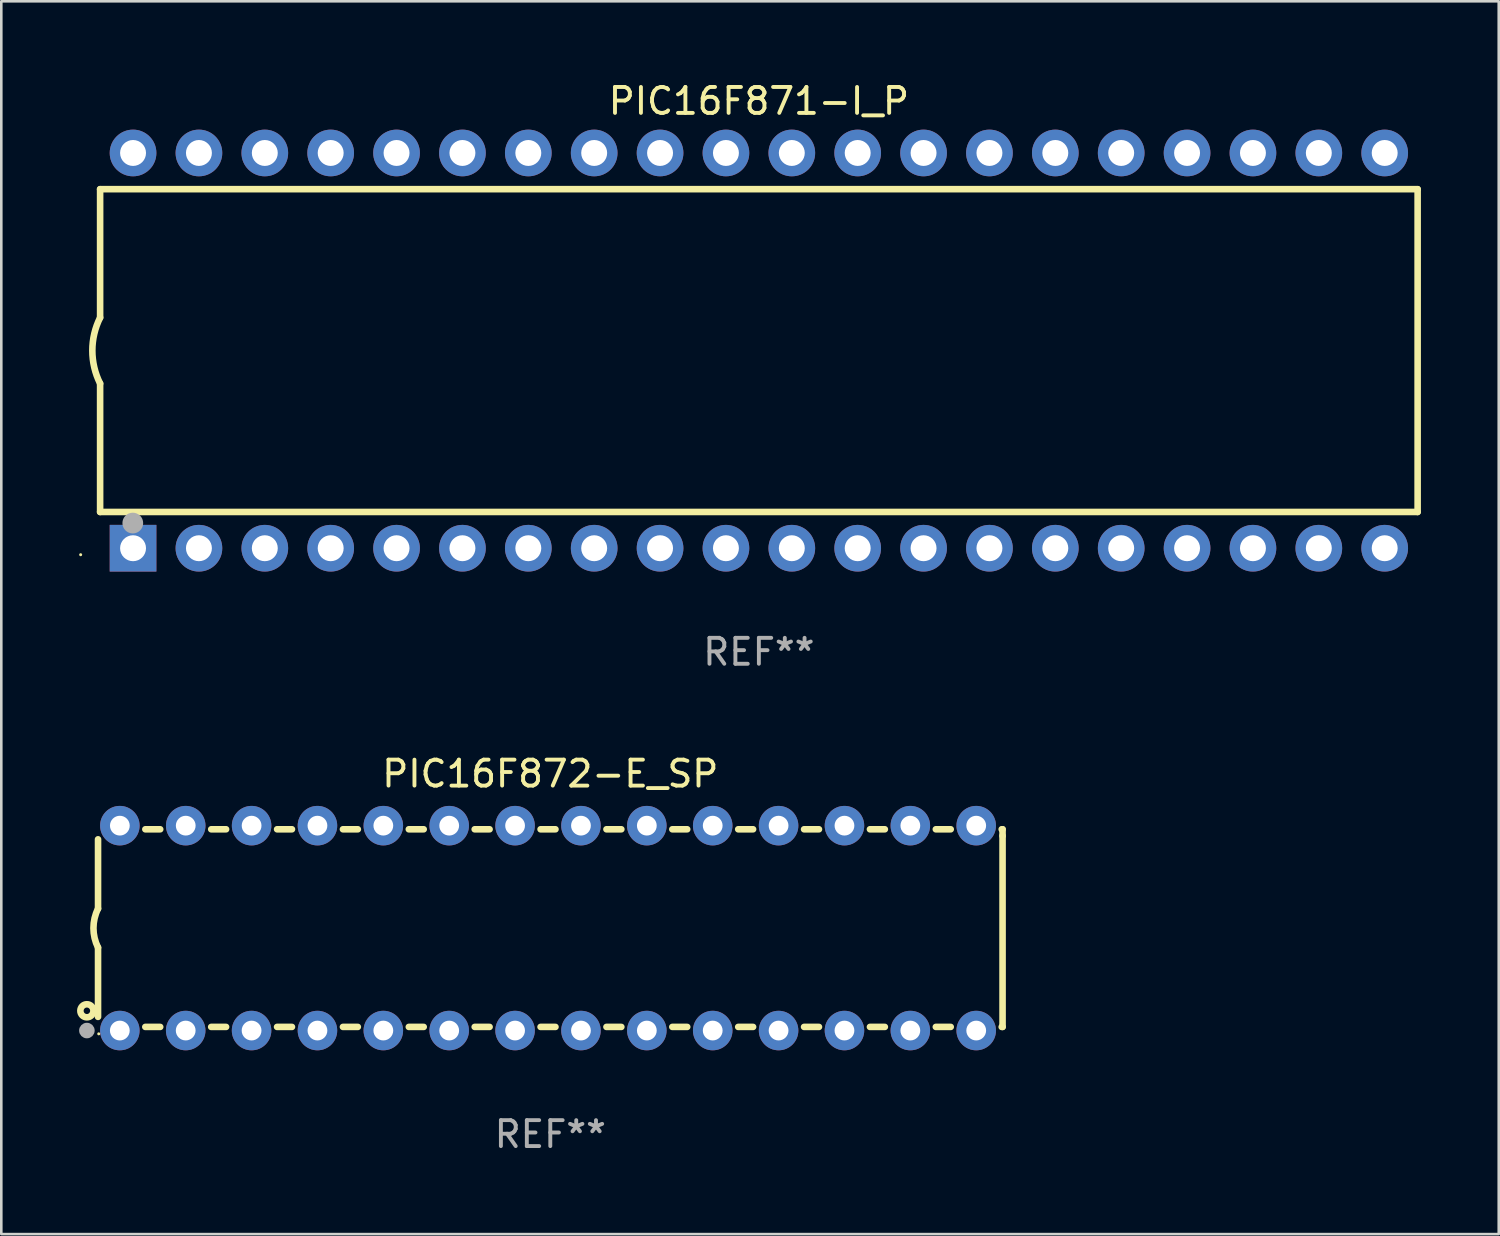
<source format=kicad_pcb>
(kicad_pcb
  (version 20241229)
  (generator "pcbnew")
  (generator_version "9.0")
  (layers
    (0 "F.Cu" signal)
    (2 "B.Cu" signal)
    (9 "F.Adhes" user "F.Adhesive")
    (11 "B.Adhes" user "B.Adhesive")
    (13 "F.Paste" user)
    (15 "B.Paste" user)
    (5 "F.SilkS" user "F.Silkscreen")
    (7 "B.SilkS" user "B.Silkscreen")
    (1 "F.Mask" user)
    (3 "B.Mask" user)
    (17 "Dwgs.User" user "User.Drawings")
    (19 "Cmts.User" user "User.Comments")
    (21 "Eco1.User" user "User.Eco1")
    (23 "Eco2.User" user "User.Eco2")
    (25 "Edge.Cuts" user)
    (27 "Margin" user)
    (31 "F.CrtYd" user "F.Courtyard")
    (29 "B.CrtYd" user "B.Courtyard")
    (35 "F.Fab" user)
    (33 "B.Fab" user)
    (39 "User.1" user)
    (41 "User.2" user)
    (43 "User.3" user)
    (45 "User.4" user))
  (footprint "PIC16F872-E_SP"
    (layer "F.Cu")
    (at 18.168 32.735)
    (property "Reference" "PIC16F872-E_SP" (at 0 -5.95 0) (layer "F.SilkS") (effects (font (size 1 1) (thickness 0.15))))
    (attr through_hole)
    (fp_line (start -17.438 0.75) (end -17.438 3.423) (stroke (width 0.254) (type solid)) (layer "F.SilkS"))
    (fp_line (start -17.438 -3.423) (end -17.438 -0.75) (stroke (width 0.254) (type solid)) (layer "F.SilkS"))
    (fp_line (start -15.615 3.81) (end -15.041 3.81) (stroke (width 0.254) (type solid)) (layer "F.SilkS"))
    (fp_line (start -15.041 -3.81) (end -15.614 -3.81) (stroke (width 0.254) (type solid)) (layer "F.SilkS"))
    (fp_line (start -13.075 3.81) (end -12.501 3.81) (stroke (width 0.254) (type solid)) (layer "F.SilkS"))
    (fp_line (start -12.501 -3.81) (end -13.074 -3.81) (stroke (width 0.254) (type solid)) (layer "F.SilkS"))
    (fp_line (start -10.535 3.81) (end -9.961 3.81) (stroke (width 0.254) (type solid)) (layer "F.SilkS"))
    (fp_line (start -9.961 -3.81) (end -10.534 -3.81) (stroke (width 0.254) (type solid)) (layer "F.SilkS"))
    (fp_line (start -7.995 3.81) (end -7.421 3.81) (stroke (width 0.254) (type solid)) (layer "F.SilkS"))
    (fp_line (start -7.421 -3.81) (end -7.995 -3.81) (stroke (width 0.254) (type solid)) (layer "F.SilkS"))
    (fp_line (start -5.455 3.81) (end -4.881 3.81) (stroke (width 0.254) (type solid)) (layer "F.SilkS"))
    (fp_line (start -4.881 -3.81) (end -5.455 -3.81) (stroke (width 0.254) (type solid)) (layer "F.SilkS"))
    (fp_line (start -2.915 3.81) (end -2.341 3.81) (stroke (width 0.254) (type solid)) (layer "F.SilkS"))
    (fp_line (start -2.341 -3.81) (end -2.915 -3.81) (stroke (width 0.254) (type solid)) (layer "F.SilkS"))
    (fp_line (start -0.375 3.81) (end 0.199 3.81) (stroke (width 0.254) (type solid)) (layer "F.SilkS"))
    (fp_line (start 0.199 -3.81) (end -0.375 -3.81) (stroke (width 0.254) (type solid)) (layer "F.SilkS"))
    (fp_line (start 2.165 3.81) (end 2.739 3.81) (stroke (width 0.254) (type solid)) (layer "F.SilkS"))
    (fp_line (start 2.739 -3.81) (end 2.165 -3.81) (stroke (width 0.254) (type solid)) (layer "F.SilkS"))
    (fp_line (start 4.705 3.81) (end 5.279 3.81) (stroke (width 0.254) (type solid)) (layer "F.SilkS"))
    (fp_line (start 5.279 -3.81) (end 4.705 -3.81) (stroke (width 0.254) (type solid)) (layer "F.SilkS"))
    (fp_line (start 7.245 3.81) (end 7.819 3.81) (stroke (width 0.254) (type solid)) (layer "F.SilkS"))
    (fp_line (start 7.819 -3.81) (end 7.245 -3.81) (stroke (width 0.254) (type solid)) (layer "F.SilkS"))
    (fp_line (start 9.785 3.81) (end 10.359 3.81) (stroke (width 0.254) (type solid)) (layer "F.SilkS"))
    (fp_line (start 10.359 -3.81) (end 9.785 -3.81) (stroke (width 0.254) (type solid)) (layer "F.SilkS"))
    (fp_line (start 12.325 3.81) (end 12.899 3.81) (stroke (width 0.254) (type solid)) (layer "F.SilkS"))
    (fp_line (start 12.899 -3.81) (end 12.325 -3.81) (stroke (width 0.254) (type solid)) (layer "F.SilkS"))
    (fp_line (start 14.865 3.81) (end 15.439 3.81) (stroke (width 0.254) (type solid)) (layer "F.SilkS"))
    (fp_line (start 15.439 -3.81) (end 14.865 -3.81) (stroke (width 0.254) (type solid)) (layer "F.SilkS"))
    (fp_line (start 17.405 3.81) (end 17.438 3.81) (stroke (width 0.254) (type solid)) (layer "F.SilkS"))
    (fp_line (start 17.438 -3.81) (end 17.405 -3.81) (stroke (width 0.254) (type solid)) (layer "F.SilkS"))
    (fp_line (start 17.438 -3.556) (end 17.438 -3.81) (stroke (width 0.254) (type solid)) (layer "F.SilkS"))
    (fp_line (start 17.438 3.81) (end 17.438 -3.556) (stroke (width 0.254) (type solid)) (layer "F.SilkS"))
    (fp_arc (start -17.437986 0.749657) (mid -17.614887 -0.000024) (end -17.437783 -0.749657) (stroke (width 0.254001) (type solid)) (layer "F.SilkS"))
    (fp_circle (center -17.868 3.188) (end -17.743 3.188) (stroke (width 0.254) (type solid)) (fill no) (layer "F.SilkS"))
    (fp_circle (center -17.411 4.077) (end -17.381 4.077) (stroke (width 0.06) (type solid)) (fill no) (layer "F.SilkS"))
    (fp_circle (center -17.868 3.95) (end -17.718 3.95) (stroke (width 0.3) (type solid)) (fill no) (layer "F.Fab"))
    (fp_text user "REF**" (at 0 7.95 0) (layer "F.Fab") (effects (font (size 1 1) (thickness 0.15))))
    (pad "1" thru_hole circle (at -16.598 3.95) (size 1.524 1.524) (drill 0.762) (layers "*.Cu" "*.Mask"))
    (pad "2" thru_hole circle (at -14.058 3.95) (size 1.524 1.524) (drill 0.762) (layers "*.Cu" "*.Mask"))
    (pad "3" thru_hole circle (at -11.518 3.95) (size 1.524 1.524) (drill 0.762) (layers "*.Cu" "*.Mask"))
    (pad "4" thru_hole circle (at -8.978 3.95) (size 1.524 1.524) (drill 0.762) (layers "*.Cu" "*.Mask"))
    (pad "5" thru_hole circle (at -6.438 3.95) (size 1.524 1.524) (drill 0.762) (layers "*.Cu" "*.Mask"))
    (pad "6" thru_hole circle (at -3.898 3.95) (size 1.524 1.524) (drill 0.762) (layers "*.Cu" "*.Mask"))
    (pad "7" thru_hole circle (at -1.358 3.95) (size 1.524 1.524) (drill 0.762) (layers "*.Cu" "*.Mask"))
    (pad "8" thru_hole circle (at 1.182 3.95) (size 1.524 1.524) (drill 0.762) (layers "*.Cu" "*.Mask"))
    (pad "9" thru_hole circle (at 3.722 3.95) (size 1.524 1.524) (drill 0.762) (layers "*.Cu" "*.Mask"))
    (pad "10" thru_hole circle (at 6.262 3.95) (size 1.524 1.524) (drill 0.762) (layers "*.Cu" "*.Mask"))
    (pad "11" thru_hole circle (at 8.802 3.95) (size 1.524 1.524) (drill 0.762) (layers "*.Cu" "*.Mask"))
    (pad "12" thru_hole circle (at 11.342 3.95) (size 1.524 1.524) (drill 0.762) (layers "*.Cu" "*.Mask"))
    (pad "13" thru_hole circle (at 13.882 3.95) (size 1.524 1.524) (drill 0.762) (layers "*.Cu" "*.Mask"))
    (pad "14" thru_hole circle (at 16.422 3.95) (size 1.524 1.524) (drill 0.762) (layers "*.Cu" "*.Mask"))
    (pad "15" thru_hole circle (at 16.422 -3.95) (size 1.524 1.524) (drill 0.762) (layers "*.Cu" "*.Mask"))
    (pad "16" thru_hole circle (at 13.882 -3.95) (size 1.524 1.524) (drill 0.762) (layers "*.Cu" "*.Mask"))
    (pad "17" thru_hole circle (at 11.342 -3.95) (size 1.524 1.524) (drill 0.762) (layers "*.Cu" "*.Mask"))
    (pad "18" thru_hole circle (at 8.802 -3.95) (size 1.524 1.524) (drill 0.762) (layers "*.Cu" "*.Mask"))
    (pad "19" thru_hole circle (at 6.262 -3.95) (size 1.524 1.524) (drill 0.762) (layers "*.Cu" "*.Mask"))
    (pad "20" thru_hole circle (at 3.722 -3.95) (size 1.524 1.524) (drill 0.762) (layers "*.Cu" "*.Mask"))
    (pad "21" thru_hole circle (at 1.182 -3.95) (size 1.524 1.524) (drill 0.762) (layers "*.Cu" "*.Mask"))
    (pad "22" thru_hole circle (at -1.358 -3.95) (size 1.524 1.524) (drill 0.762) (layers "*.Cu" "*.Mask"))
    (pad "23" thru_hole circle (at -3.898 -3.95) (size 1.524 1.524) (drill 0.762) (layers "*.Cu" "*.Mask"))
    (pad "24" thru_hole circle (at -6.438 -3.95) (size 1.524 1.524) (drill 0.762) (layers "*.Cu" "*.Mask"))
    (pad "25" thru_hole circle (at -8.978 -3.95) (size 1.524 1.524) (drill 0.762) (layers "*.Cu" "*.Mask"))
    (pad "26" thru_hole circle (at -11.517 -3.95) (size 1.524 1.524) (drill 0.762) (layers "*.Cu" "*.Mask"))
    (pad "27" thru_hole circle (at -14.057 -3.95) (size 1.524 1.524) (drill 0.762) (layers "*.Cu" "*.Mask"))
    (pad "28" thru_hole circle (at -16.597 -3.95) (size 1.524 1.524) (drill 0.762) (layers "*.Cu" "*.Mask")))
  (footprint "PIC16F871-I_P"
    (layer "F.Cu")
    (at 26.21 10.468)
    (property "Reference" "PIC16F871-I_P" (at 0 -9.62 0) (layer "F.SilkS") (effects (font (size 1 1) (thickness 0.15))))
    (attr through_hole)
    (fp_line (start -25.4 -6.224) (end -25.4 -1.271) (stroke (width 0.254) (type solid)) (layer "F.SilkS"))
    (fp_line (start -25.4 -6.224) (end 25.4 -6.224) (stroke (width 0.254) (type solid)) (layer "F.SilkS"))
    (fp_line (start -25.4 1.269) (end -25.4 6.222) (stroke (width 0.254) (type solid)) (layer "F.SilkS"))
    (fp_line (start -25.4 6.222) (end 25.4 6.222) (stroke (width 0.254) (type solid)) (layer "F.SilkS"))
    (fp_line (start 25.4 6.222) (end 25.4 -6.224) (stroke (width 0.254) (type solid)) (layer "F.SilkS"))
    (fp_arc (start -25.4 1.269241) (mid -25.699807 -0.000762) (end -25.4 -1.270765) (stroke (width 0.254001) (type solid)) (layer "F.SilkS"))
    (fp_circle (center -26.15 7.87) (end -26.12 7.87) (stroke (width 0.06) (type solid)) (fill no) (layer "F.SilkS"))
    (fp_circle (center -24.14 6.65) (end -23.94 6.65) (stroke (width 0.4) (type solid)) (fill no) (layer "F.Fab"))
    (fp_text user "REF**" (at 0 11.62 0) (layer "F.Fab") (effects (font (size 1 1) (thickness 0.15))))
    (pad "1" thru_hole rect (at -24.13 7.62 90) (size 1.8 1.8) (drill 1) (layers "*.Cu" "*.Mask"))
    (pad "2" thru_hole circle (at -21.59 7.62) (size 1.8 1.8) (drill 1) (layers "*.Cu" "*.Mask"))
    (pad "3" thru_hole circle (at -19.05 7.62) (size 1.8 1.8) (drill 1) (layers "*.Cu" "*.Mask"))
    (pad "4" thru_hole circle (at -16.51 7.62) (size 1.8 1.8) (drill 1) (layers "*.Cu" "*.Mask"))
    (pad "5" thru_hole circle (at -13.97 7.62) (size 1.8 1.8) (drill 1) (layers "*.Cu" "*.Mask"))
    (pad "6" thru_hole circle (at -11.43 7.62) (size 1.8 1.8) (drill 1) (layers "*.Cu" "*.Mask"))
    (pad "7" thru_hole circle (at -8.89 7.62) (size 1.8 1.8) (drill 1) (layers "*.Cu" "*.Mask"))
    (pad "8" thru_hole circle (at -6.35 7.62) (size 1.8 1.8) (drill 1) (layers "*.Cu" "*.Mask"))
    (pad "9" thru_hole circle (at -3.81 7.62) (size 1.8 1.8) (drill 1) (layers "*.Cu" "*.Mask"))
    (pad "10" thru_hole circle (at -1.27 7.62) (size 1.8 1.8) (drill 1) (layers "*.Cu" "*.Mask"))
    (pad "11" thru_hole circle (at 1.27 7.62) (size 1.8 1.8) (drill 1) (layers "*.Cu" "*.Mask"))
    (pad "12" thru_hole circle (at 3.81 7.62) (size 1.8 1.8) (drill 1) (layers "*.Cu" "*.Mask"))
    (pad "13" thru_hole circle (at 6.35 7.62) (size 1.8 1.8) (drill 1) (layers "*.Cu" "*.Mask"))
    (pad "14" thru_hole circle (at 8.89 7.62) (size 1.8 1.8) (drill 1) (layers "*.Cu" "*.Mask"))
    (pad "15" thru_hole circle (at 11.43 7.62) (size 1.8 1.8) (drill 1) (layers "*.Cu" "*.Mask"))
    (pad "16" thru_hole circle (at 13.97 7.62) (size 1.8 1.8) (drill 1) (layers "*.Cu" "*.Mask"))
    (pad "17" thru_hole circle (at 16.51 7.62) (size 1.8 1.8) (drill 1) (layers "*.Cu" "*.Mask"))
    (pad "18" thru_hole circle (at 19.05 7.62) (size 1.8 1.8) (drill 1) (layers "*.Cu" "*.Mask"))
    (pad "19" thru_hole circle (at 21.59 7.62) (size 1.8 1.8) (drill 1) (layers "*.Cu" "*.Mask"))
    (pad "20" thru_hole circle (at 24.13 7.62) (size 1.8 1.8) (drill 1) (layers "*.Cu" "*.Mask"))
    (pad "21" thru_hole circle (at 24.13 -7.62) (size 1.8 1.8) (drill 1) (layers "*.Cu" "*.Mask"))
    (pad "22" thru_hole circle (at 21.59 -7.62) (size 1.8 1.8) (drill 1) (layers "*.Cu" "*.Mask"))
    (pad "23" thru_hole circle (at 19.05 -7.62) (size 1.8 1.8) (drill 1) (layers "*.Cu" "*.Mask"))
    (pad "24" thru_hole circle (at 16.51 -7.62) (size 1.8 1.8) (drill 1) (layers "*.Cu" "*.Mask"))
    (pad "25" thru_hole circle (at 13.97 -7.62) (size 1.8 1.8) (drill 1) (layers "*.Cu" "*.Mask"))
    (pad "26" thru_hole circle (at 11.43 -7.62) (size 1.8 1.8) (drill 1) (layers "*.Cu" "*.Mask"))
    (pad "27" thru_hole circle (at 8.89 -7.62) (size 1.8 1.8) (drill 1) (layers "*.Cu" "*.Mask"))
    (pad "28" thru_hole circle (at 6.35 -7.62) (size 1.8 1.8) (drill 1) (layers "*.Cu" "*.Mask"))
    (pad "29" thru_hole circle (at 3.81 -7.62) (size 1.8 1.8) (drill 1) (layers "*.Cu" "*.Mask"))
    (pad "30" thru_hole circle (at 1.27 -7.62) (size 1.8 1.8) (drill 1) (layers "*.Cu" "*.Mask"))
    (pad "31" thru_hole circle (at -1.27 -7.62) (size 1.8 1.8) (drill 1) (layers "*.Cu" "*.Mask"))
    (pad "32" thru_hole circle (at -3.81 -7.62) (size 1.8 1.8) (drill 1) (layers "*.Cu" "*.Mask"))
    (pad "33" thru_hole circle (at -6.35 -7.62) (size 1.8 1.8) (drill 1) (layers "*.Cu" "*.Mask"))
    (pad "34" thru_hole circle (at -8.89 -7.62) (size 1.8 1.8) (drill 1) (layers "*.Cu" "*.Mask"))
    (pad "35" thru_hole circle (at -11.43 -7.62) (size 1.8 1.8) (drill 1) (layers "*.Cu" "*.Mask"))
    (pad "36" thru_hole circle (at -13.97 -7.62) (size 1.8 1.8) (drill 1) (layers "*.Cu" "*.Mask"))
    (pad "37" thru_hole circle (at -16.51 -7.62) (size 1.8 1.8) (drill 1) (layers "*.Cu" "*.Mask"))
    (pad "38" thru_hole circle (at -19.05 -7.62) (size 1.8 1.8) (drill 1) (layers "*.Cu" "*.Mask"))
    (pad "39" thru_hole circle (at -21.59 -7.62) (size 1.8 1.8) (drill 1) (layers "*.Cu" "*.Mask"))
    (pad "40" thru_hole circle (at -24.13 -7.62) (size 1.8 1.8) (drill 1) (layers "*.Cu" "*.Mask")))
  (gr_rect
    (start -3 -3)
    (end 54.737 44.533)
    (stroke (width 0.1) (type default))
    (fill no)
    (layer "Edge.Cuts")))
</source>
